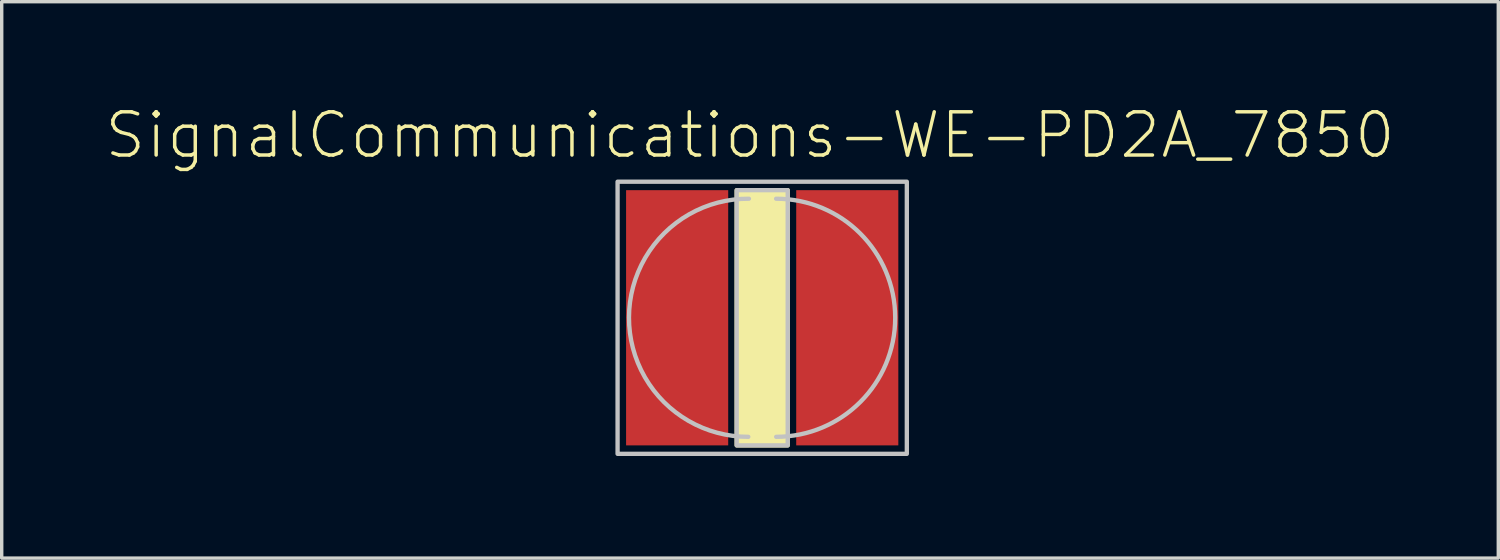
<source format=kicad_pcb>
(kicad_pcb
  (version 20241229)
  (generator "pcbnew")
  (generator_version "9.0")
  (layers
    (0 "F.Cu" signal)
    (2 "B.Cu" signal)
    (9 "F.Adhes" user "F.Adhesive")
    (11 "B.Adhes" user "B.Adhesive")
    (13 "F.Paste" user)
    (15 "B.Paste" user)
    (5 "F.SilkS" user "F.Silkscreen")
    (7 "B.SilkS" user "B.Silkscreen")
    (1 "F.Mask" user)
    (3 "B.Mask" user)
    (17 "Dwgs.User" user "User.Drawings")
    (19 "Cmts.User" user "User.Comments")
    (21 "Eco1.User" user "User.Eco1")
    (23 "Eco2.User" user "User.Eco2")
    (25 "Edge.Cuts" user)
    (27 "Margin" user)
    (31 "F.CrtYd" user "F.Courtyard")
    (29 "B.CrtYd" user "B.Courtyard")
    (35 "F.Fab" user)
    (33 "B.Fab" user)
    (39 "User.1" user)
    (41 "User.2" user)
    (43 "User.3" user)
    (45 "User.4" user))
  (footprint "SignalCommunications-WE-PD2A_7850"
    (layer "F.Cu")
    (at 19.343 6.286)
    (property "Reference" "SignalCommunications-WE-PD2A_7850" (at -0.358 -5.364 0) (layer "F.SilkS") (effects (font (size 1.27 1.27) (thickness 0.102))))
    (attr smd)
    (fp_line (start 0.399 -3.498) (end -0.498 -3.498) (stroke (width 0.127) (type solid)) (layer "F.SilkS"))
    (fp_line (start 0.599 3.498) (end -0.399 3.498) (stroke (width 0.127) (type solid)) (layer "F.SilkS"))
    (fp_poly (pts (xy -0.749 3.749) (xy -0.749 -3.749) (xy 0.749 -3.749) (xy 0.749 3.749) (xy -0.749 3.749)) (stroke (width 0.127) (type solid)) (fill yes) (layer "F.SilkS"))
    (fp_arc (start -0.40894 3.49758) (mid -3.906508 -0.009157) (end -0.390627 -3.497532) (stroke (width 0.127) (type solid)) (layer "Dwgs.User"))
    (fp_arc (start 0.40894 -3.49758) (mid 3.916695 -0.001004) (end 0.410947 3.497585) (stroke (width 0.127) (type solid)) (layer "Dwgs.User"))
    (fp_poly (pts (xy -4.249 3.998) (xy -4.249 -3.998) (xy 4.249 -3.998) (xy 4.249 3.998) (xy -4.249 3.998)) (stroke (width 0.127) (type solid)) (fill no) (layer "Dwgs.User"))
    (fp_poly (pts (xy -0.749 3.749) (xy -0.749 -3.749) (xy 0.749 -3.749) (xy 0.749 3.749) (xy -0.749 3.749)) (stroke (width 0.127) (type solid)) (fill no) (layer "Dwgs.User"))
    (pad "1" smd rect (at -2.499 0 90) (size 7.498 3) (layers "F.Cu" "F.Mask" "F.Paste"))
    (pad "2" smd rect (at 2.499 0 90) (size 7.498 3) (layers "F.Cu" "F.Mask" "F.Paste")))
  (gr_rect
    (start -3 -3)
    (end 40.969 13.347)
    (stroke (width 0.1) (type default))
    (fill no)
    (layer "Edge.Cuts")))
</source>
